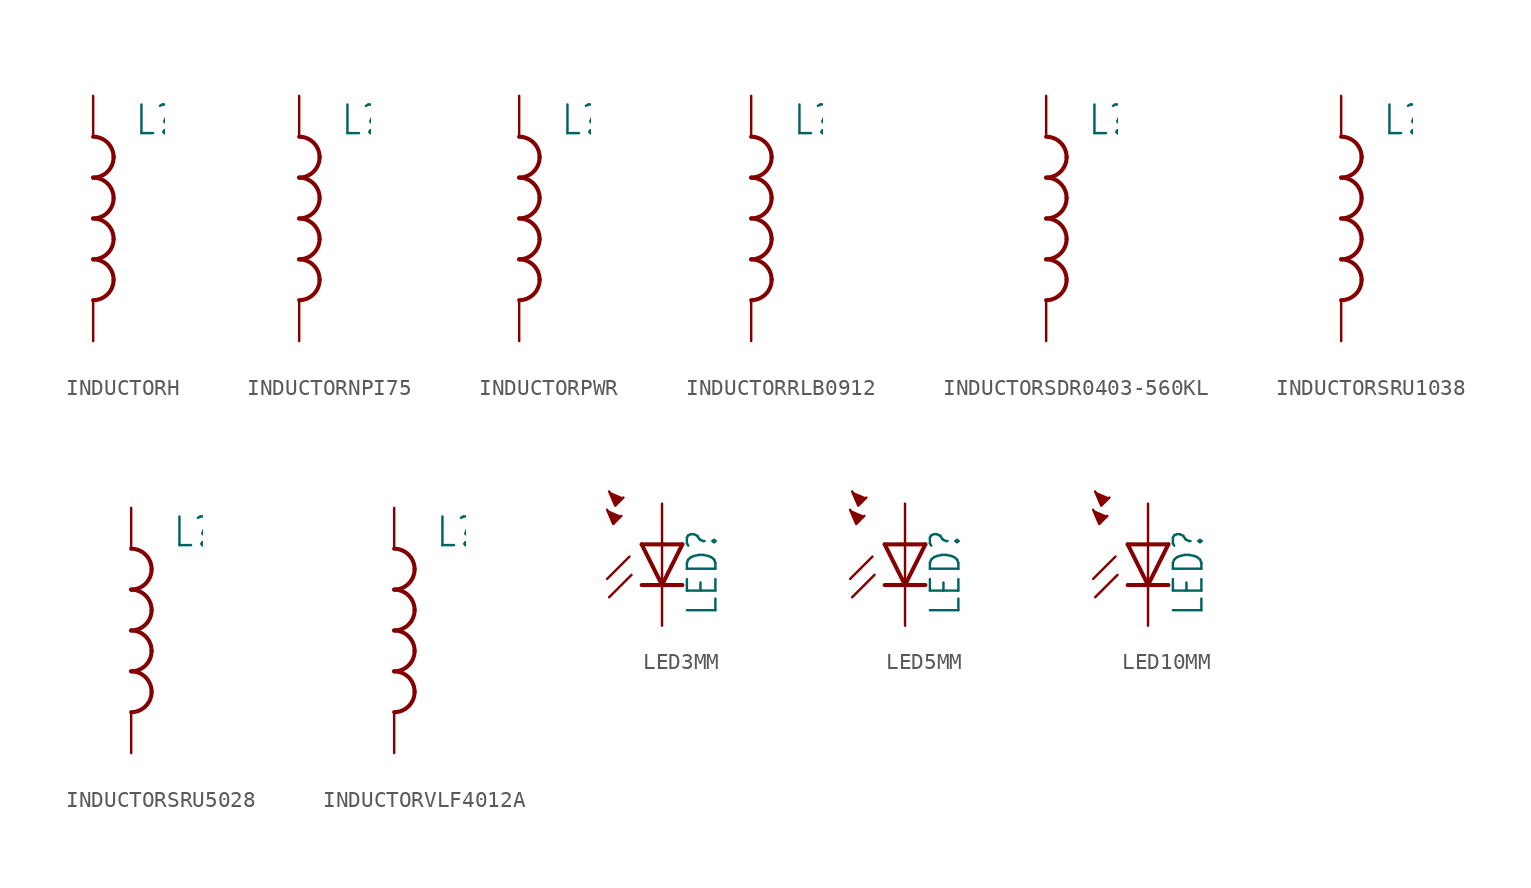
<source format=kicad_sym>
(kicad_symbol_lib
  (version 20241209)
  (generator "kicad_symbol_editor")
  (generator_version "9.0")
  (symbol "INDUCTORH"
    (property "Reference" "L"
      (at 2.54 5.08 0)
      (effects (font (size 1.778 1.511)) (justify left bottom)))
    (property "Value" ""
      (at 2.54 -5.08 0)
      (effects (font (size 1.778 1.511)) (justify left bottom)))
    (property "ki_locked" ""
      (at 0 0 0)
      (effects (font (size 1.27 1.27))))
    (symbol "INDUCTORH_1_0"
      (arc (start 0 5.08) (mid 0.898 4.708) (end 1.27 3.81) (stroke (width 0.254) (type solid)) (fill (type none)))
      (arc (start 1.27 3.81) (mid 0.898 2.912) (end 0 2.54) (stroke (width 0.254) (type solid)) (fill (type none)))
      (arc (start 1.27 1.27) (mid 0.898 0.372) (end 0 0) (stroke (width 0.254) (type solid)) (fill (type none)))
      (arc (start 0 2.54) (mid 0.8981 2.168) (end 1.2701 1.2699) (stroke (width 0.254) (type solid)) (fill (type none)))
      (arc (start 1.2701 -1.2699) (mid 0.8981 -2.168) (end 0 -2.54) (stroke (width 0.254) (type solid)) (fill (type none)))
      (arc (start 0 0) (mid 0.898 -0.372) (end 1.27 -1.27) (stroke (width 0.254) (type solid)) (fill (type none)))
      (arc (start 0 -2.54) (mid 0.898 -2.912) (end 1.27 -3.81) (stroke (width 0.254) (type solid)) (fill (type none)))
      (arc (start 1.27 -3.81) (mid 0.898 -4.708) (end 0 -5.08) (stroke (width 0.254) (type solid)) (fill (type none)))
      (pin passive line (at 0 7.62 270) (length 2.54) (name "1" (effects (font (size 0 0)))) (number "P$1" (effects (font (size 0 0)))))
      (pin passive line (at 0 -7.62 90) (length 2.54) (name "2" (effects (font (size 0 0)))) (number "P$2" (effects (font (size 0 0)))))))
  (symbol "INDUCTORNPI75"
    (property "Reference" "L"
      (at 2.54 5.08 0)
      (effects (font (size 1.778 1.511)) (justify left bottom)))
    (property "Value" ""
      (at 2.54 -5.08 0)
      (effects (font (size 1.778 1.511)) (justify left bottom)))
    (property "ki_locked" ""
      (at 0 0 0)
      (effects (font (size 1.27 1.27))))
    (symbol "INDUCTORNPI75_1_0"
      (arc (start 0 5.08) (mid 0.898 4.708) (end 1.27 3.81) (stroke (width 0.254) (type solid)) (fill (type none)))
      (arc (start 1.27 3.81) (mid 0.898 2.912) (end 0 2.54) (stroke (width 0.254) (type solid)) (fill (type none)))
      (arc (start 1.27 1.27) (mid 0.898 0.372) (end 0 0) (stroke (width 0.254) (type solid)) (fill (type none)))
      (arc (start 0 2.54) (mid 0.8981 2.168) (end 1.2701 1.2699) (stroke (width 0.254) (type solid)) (fill (type none)))
      (arc (start 1.2701 -1.2699) (mid 0.8981 -2.168) (end 0 -2.54) (stroke (width 0.254) (type solid)) (fill (type none)))
      (arc (start 0 0) (mid 0.898 -0.372) (end 1.27 -1.27) (stroke (width 0.254) (type solid)) (fill (type none)))
      (arc (start 0 -2.54) (mid 0.898 -2.912) (end 1.27 -3.81) (stroke (width 0.254) (type solid)) (fill (type none)))
      (arc (start 1.27 -3.81) (mid 0.898 -4.708) (end 0 -5.08) (stroke (width 0.254) (type solid)) (fill (type none)))
      (pin passive line (at 0 7.62 270) (length 2.54) (name "1" (effects (font (size 0 0)))) (number "1" (effects (font (size 0 0)))))
      (pin passive line (at 0 -7.62 90) (length 2.54) (name "2" (effects (font (size 0 0)))) (number "2" (effects (font (size 0 0)))))))
  (symbol "INDUCTORPWR"
    (property "Reference" "L"
      (at 2.54 5.08 0)
      (effects (font (size 1.778 1.511)) (justify left bottom)))
    (property "Value" ""
      (at 2.54 -5.08 0)
      (effects (font (size 1.778 1.511)) (justify left bottom)))
    (property "ki_locked" ""
      (at 0 0 0)
      (effects (font (size 1.27 1.27))))
    (symbol "INDUCTORPWR_1_0"
      (arc (start 0 5.08) (mid 0.898 4.708) (end 1.27 3.81) (stroke (width 0.254) (type solid)) (fill (type none)))
      (arc (start 1.27 3.81) (mid 0.898 2.912) (end 0 2.54) (stroke (width 0.254) (type solid)) (fill (type none)))
      (arc (start 1.27 1.27) (mid 0.898 0.372) (end 0 0) (stroke (width 0.254) (type solid)) (fill (type none)))
      (arc (start 0 2.54) (mid 0.8981 2.168) (end 1.2701 1.2699) (stroke (width 0.254) (type solid)) (fill (type none)))
      (arc (start 1.2701 -1.2699) (mid 0.8981 -2.168) (end 0 -2.54) (stroke (width 0.254) (type solid)) (fill (type none)))
      (arc (start 0 0) (mid 0.898 -0.372) (end 1.27 -1.27) (stroke (width 0.254) (type solid)) (fill (type none)))
      (arc (start 0 -2.54) (mid 0.898 -2.912) (end 1.27 -3.81) (stroke (width 0.254) (type solid)) (fill (type none)))
      (arc (start 1.27 -3.81) (mid 0.898 -4.708) (end 0 -5.08) (stroke (width 0.254) (type solid)) (fill (type none)))
      (pin passive line (at 0 7.62 270) (length 2.54) (name "1" (effects (font (size 0 0)))) (number "1" (effects (font (size 0 0)))))
      (pin passive line (at 0 -7.62 90) (length 2.54) (name "2" (effects (font (size 0 0)))) (number "2" (effects (font (size 0 0)))))))
  (symbol "INDUCTORRLB0912"
    (property "Reference" "L"
      (at 2.54 5.08 0)
      (effects (font (size 1.778 1.511)) (justify left bottom)))
    (property "Value" ""
      (at 2.54 -5.08 0)
      (effects (font (size 1.778 1.511)) (justify left bottom)))
    (property "ki_locked" ""
      (at 0 0 0)
      (effects (font (size 1.27 1.27))))
    (symbol "INDUCTORRLB0912_1_0"
      (arc (start 0 5.08) (mid 0.898 4.708) (end 1.27 3.81) (stroke (width 0.254) (type solid)) (fill (type none)))
      (arc (start 1.27 3.81) (mid 0.898 2.912) (end 0 2.54) (stroke (width 0.254) (type solid)) (fill (type none)))
      (arc (start 1.27 1.27) (mid 0.898 0.372) (end 0 0) (stroke (width 0.254) (type solid)) (fill (type none)))
      (arc (start 0 2.54) (mid 0.8981 2.168) (end 1.2701 1.2699) (stroke (width 0.254) (type solid)) (fill (type none)))
      (arc (start 1.2701 -1.2699) (mid 0.8981 -2.168) (end 0 -2.54) (stroke (width 0.254) (type solid)) (fill (type none)))
      (arc (start 0 0) (mid 0.898 -0.372) (end 1.27 -1.27) (stroke (width 0.254) (type solid)) (fill (type none)))
      (arc (start 0 -2.54) (mid 0.898 -2.912) (end 1.27 -3.81) (stroke (width 0.254) (type solid)) (fill (type none)))
      (arc (start 1.27 -3.81) (mid 0.898 -4.708) (end 0 -5.08) (stroke (width 0.254) (type solid)) (fill (type none)))
      (pin passive line (at 0 7.62 270) (length 2.54) (name "1" (effects (font (size 0 0)))) (number "1" (effects (font (size 0 0)))))
      (pin passive line (at 0 -7.62 90) (length 2.54) (name "2" (effects (font (size 0 0)))) (number "2" (effects (font (size 0 0)))))))
  (symbol "INDUCTORSDR0403-560KL"
    (property "Reference" "L"
      (at 2.54 5.08 0)
      (effects (font (size 1.778 1.511)) (justify left bottom)))
    (property "Value" ""
      (at 2.54 -5.08 0)
      (effects (font (size 1.778 1.511)) (justify left bottom)))
    (property "ki_locked" ""
      (at 0 0 0)
      (effects (font (size 1.27 1.27))))
    (symbol "INDUCTORSDR0403-560KL_1_0"
      (arc (start 0 5.08) (mid 0.898 4.708) (end 1.27 3.81) (stroke (width 0.254) (type solid)) (fill (type none)))
      (arc (start 1.27 3.81) (mid 0.898 2.912) (end 0 2.54) (stroke (width 0.254) (type solid)) (fill (type none)))
      (arc (start 1.27 1.27) (mid 0.898 0.372) (end 0 0) (stroke (width 0.254) (type solid)) (fill (type none)))
      (arc (start 0 2.54) (mid 0.8981 2.168) (end 1.2701 1.2699) (stroke (width 0.254) (type solid)) (fill (type none)))
      (arc (start 1.2701 -1.2699) (mid 0.8981 -2.168) (end 0 -2.54) (stroke (width 0.254) (type solid)) (fill (type none)))
      (arc (start 0 0) (mid 0.898 -0.372) (end 1.27 -1.27) (stroke (width 0.254) (type solid)) (fill (type none)))
      (arc (start 0 -2.54) (mid 0.898 -2.912) (end 1.27 -3.81) (stroke (width 0.254) (type solid)) (fill (type none)))
      (arc (start 1.27 -3.81) (mid 0.898 -4.708) (end 0 -5.08) (stroke (width 0.254) (type solid)) (fill (type none)))
      (pin passive line (at 0 7.62 270) (length 2.54) (name "1" (effects (font (size 0 0)))) (number "P$1" (effects (font (size 0 0)))))
      (pin passive line (at 0 -7.62 90) (length 2.54) (name "2" (effects (font (size 0 0)))) (number "P$2" (effects (font (size 0 0)))))))
  (symbol "INDUCTORSRU1038"
    (property "Reference" "L"
      (at 2.54 5.08 0)
      (effects (font (size 1.778 1.511)) (justify left bottom)))
    (property "Value" ""
      (at 2.54 -5.08 0)
      (effects (font (size 1.778 1.511)) (justify left bottom)))
    (property "ki_locked" ""
      (at 0 0 0)
      (effects (font (size 1.27 1.27))))
    (symbol "INDUCTORSRU1038_1_0"
      (arc (start 0 5.08) (mid 0.898 4.708) (end 1.27 3.81) (stroke (width 0.254) (type solid)) (fill (type none)))
      (arc (start 1.27 3.81) (mid 0.898 2.912) (end 0 2.54) (stroke (width 0.254) (type solid)) (fill (type none)))
      (arc (start 1.27 1.27) (mid 0.898 0.372) (end 0 0) (stroke (width 0.254) (type solid)) (fill (type none)))
      (arc (start 0 2.54) (mid 0.8981 2.168) (end 1.2701 1.2699) (stroke (width 0.254) (type solid)) (fill (type none)))
      (arc (start 1.2701 -1.2699) (mid 0.8981 -2.168) (end 0 -2.54) (stroke (width 0.254) (type solid)) (fill (type none)))
      (arc (start 0 0) (mid 0.898 -0.372) (end 1.27 -1.27) (stroke (width 0.254) (type solid)) (fill (type none)))
      (arc (start 0 -2.54) (mid 0.898 -2.912) (end 1.27 -3.81) (stroke (width 0.254) (type solid)) (fill (type none)))
      (arc (start 1.27 -3.81) (mid 0.898 -4.708) (end 0 -5.08) (stroke (width 0.254) (type solid)) (fill (type none)))
      (pin passive line (at 0 7.62 270) (length 2.54) (name "1" (effects (font (size 0 0)))) (number "1" (effects (font (size 0 0)))))
      (pin passive line (at 0 -7.62 90) (length 2.54) (name "2" (effects (font (size 0 0)))) (number "2" (effects (font (size 0 0)))))))
  (symbol "INDUCTORSRU5028"
    (property "Reference" "L"
      (at 2.54 5.08 0)
      (effects (font (size 1.778 1.511)) (justify left bottom)))
    (property "Value" ""
      (at 2.54 -5.08 0)
      (effects (font (size 1.778 1.511)) (justify left bottom)))
    (property "ki_locked" ""
      (at 0 0 0)
      (effects (font (size 1.27 1.27))))
    (symbol "INDUCTORSRU5028_1_0"
      (arc (start 0 5.08) (mid 0.898 4.708) (end 1.27 3.81) (stroke (width 0.254) (type solid)) (fill (type none)))
      (arc (start 1.27 3.81) (mid 0.898 2.912) (end 0 2.54) (stroke (width 0.254) (type solid)) (fill (type none)))
      (arc (start 1.27 1.27) (mid 0.898 0.372) (end 0 0) (stroke (width 0.254) (type solid)) (fill (type none)))
      (arc (start 0 2.54) (mid 0.8981 2.168) (end 1.2701 1.2699) (stroke (width 0.254) (type solid)) (fill (type none)))
      (arc (start 1.2701 -1.2699) (mid 0.8981 -2.168) (end 0 -2.54) (stroke (width 0.254) (type solid)) (fill (type none)))
      (arc (start 0 0) (mid 0.898 -0.372) (end 1.27 -1.27) (stroke (width 0.254) (type solid)) (fill (type none)))
      (arc (start 0 -2.54) (mid 0.898 -2.912) (end 1.27 -3.81) (stroke (width 0.254) (type solid)) (fill (type none)))
      (arc (start 1.27 -3.81) (mid 0.898 -4.708) (end 0 -5.08) (stroke (width 0.254) (type solid)) (fill (type none)))
      (pin passive line (at 0 7.62 270) (length 2.54) (name "1" (effects (font (size 0 0)))) (number "1" (effects (font (size 0 0)))))
      (pin passive line (at 0 -7.62 90) (length 2.54) (name "2" (effects (font (size 0 0)))) (number "2" (effects (font (size 0 0)))))))
  (symbol "INDUCTORVLF4012A"
    (property "Reference" "L"
      (at 2.54 5.08 0)
      (effects (font (size 1.778 1.511)) (justify left bottom)))
    (property "Value" ""
      (at 2.54 -5.08 0)
      (effects (font (size 1.778 1.511)) (justify left bottom)))
    (property "ki_locked" ""
      (at 0 0 0)
      (effects (font (size 1.27 1.27))))
    (symbol "INDUCTORVLF4012A_1_0"
      (arc (start 0 5.08) (mid 0.898 4.708) (end 1.27 3.81) (stroke (width 0.254) (type solid)) (fill (type none)))
      (arc (start 1.27 3.81) (mid 0.898 2.912) (end 0 2.54) (stroke (width 0.254) (type solid)) (fill (type none)))
      (arc (start 1.27 1.27) (mid 0.898 0.372) (end 0 0) (stroke (width 0.254) (type solid)) (fill (type none)))
      (arc (start 0 2.54) (mid 0.8981 2.168) (end 1.2701 1.2699) (stroke (width 0.254) (type solid)) (fill (type none)))
      (arc (start 1.2701 -1.2699) (mid 0.8981 -2.168) (end 0 -2.54) (stroke (width 0.254) (type solid)) (fill (type none)))
      (arc (start 0 0) (mid 0.898 -0.372) (end 1.27 -1.27) (stroke (width 0.254) (type solid)) (fill (type none)))
      (arc (start 0 -2.54) (mid 0.898 -2.912) (end 1.27 -3.81) (stroke (width 0.254) (type solid)) (fill (type none)))
      (arc (start 1.27 -3.81) (mid 0.898 -4.708) (end 0 -5.08) (stroke (width 0.254) (type solid)) (fill (type none)))
      (pin passive line (at 0 7.62 270) (length 2.54) (name "1" (effects (font (size 0 0)))) (number "P$1" (effects (font (size 0 0)))))
      (pin passive line (at 0 -7.62 90) (length 2.54) (name "2" (effects (font (size 0 0)))) (number "P$2" (effects (font (size 0 0)))))))
  (symbol "LED3MM"
    (property "Reference" "LED"
      (at 3.556 -4.572 90)
      (effects (font (size 1.778 1.511)) (justify left bottom)))
    (property "Value" ""
      (at 5.715 -4.572 90)
      (effects (font (size 1.778 1.511)) (justify left bottom)))
    (property "ki_locked" ""
      (at 0 0 0)
      (effects (font (size 1.27 1.27))))
    (symbol "LED3MM_1_0"
      (polyline (pts (xy -3.429 2.159) (xy -3.048 1.27) (xy -2.54 1.778)) (stroke (width 0.152) (type solid)) (fill (type outline)))
      (polyline (pts (xy -3.302 3.302) (xy -2.921 2.413) (xy -2.413 2.921)) (stroke (width 0.152) (type solid)) (fill (type outline)))
      (polyline (pts (xy -2.032 -0.762) (xy -3.429 -2.159)) (stroke (width 0.152) (type solid)) (fill (type none)))
      (polyline (pts (xy -1.905 -1.905) (xy -3.302 -3.302)) (stroke (width 0.152) (type solid)) (fill (type none)))
      (polyline (pts (xy 0 0) (xy -1.27 0)) (stroke (width 0.254) (type solid)) (fill (type none)))
      (polyline (pts (xy 0 0) (xy 0 -2.54)) (stroke (width 0.152) (type solid)) (fill (type none)))
      (polyline (pts (xy 0 -2.54) (xy -1.27 0)) (stroke (width 0.254) (type solid)) (fill (type none)))
      (polyline (pts (xy 0 -2.54) (xy -1.27 -2.54)) (stroke (width 0.254) (type solid)) (fill (type none)))
      (polyline (pts (xy 1.27 0) (xy 0 0)) (stroke (width 0.254) (type solid)) (fill (type none)))
      (polyline (pts (xy 1.27 0) (xy 0 -2.54)) (stroke (width 0.254) (type solid)) (fill (type none)))
      (polyline (pts (xy 1.27 -2.54) (xy 0 -2.54)) (stroke (width 0.254) (type solid)) (fill (type none)))
      (pin passive line (at 0 2.54 270) (length 2.54) (name "A" (effects (font (size 0 0)))) (number "A" (effects (font (size 0 0)))))
      (pin passive line (at 0 -5.08 90) (length 2.54) (name "C" (effects (font (size 0 0)))) (number "K" (effects (font (size 0 0)))))))
  (symbol "LED5MM"
    (property "Reference" "LED"
      (at 3.556 -4.572 90)
      (effects (font (size 1.778 1.511)) (justify left bottom)))
    (property "Value" ""
      (at 5.715 -4.572 90)
      (effects (font (size 1.778 1.511)) (justify left bottom)))
    (property "ki_locked" ""
      (at 0 0 0)
      (effects (font (size 1.27 1.27))))
    (symbol "LED5MM_1_0"
      (polyline (pts (xy -3.429 2.159) (xy -3.048 1.27) (xy -2.54 1.778)) (stroke (width 0.152) (type solid)) (fill (type outline)))
      (polyline (pts (xy -3.302 3.302) (xy -2.921 2.413) (xy -2.413 2.921)) (stroke (width 0.152) (type solid)) (fill (type outline)))
      (polyline (pts (xy -2.032 -0.762) (xy -3.429 -2.159)) (stroke (width 0.152) (type solid)) (fill (type none)))
      (polyline (pts (xy -1.905 -1.905) (xy -3.302 -3.302)) (stroke (width 0.152) (type solid)) (fill (type none)))
      (polyline (pts (xy 0 0) (xy -1.27 0)) (stroke (width 0.254) (type solid)) (fill (type none)))
      (polyline (pts (xy 0 0) (xy 0 -2.54)) (stroke (width 0.152) (type solid)) (fill (type none)))
      (polyline (pts (xy 0 -2.54) (xy -1.27 0)) (stroke (width 0.254) (type solid)) (fill (type none)))
      (polyline (pts (xy 0 -2.54) (xy -1.27 -2.54)) (stroke (width 0.254) (type solid)) (fill (type none)))
      (polyline (pts (xy 1.27 0) (xy 0 0)) (stroke (width 0.254) (type solid)) (fill (type none)))
      (polyline (pts (xy 1.27 0) (xy 0 -2.54)) (stroke (width 0.254) (type solid)) (fill (type none)))
      (polyline (pts (xy 1.27 -2.54) (xy 0 -2.54)) (stroke (width 0.254) (type solid)) (fill (type none)))
      (pin passive line (at 0 2.54 270) (length 2.54) (name "A" (effects (font (size 0 0)))) (number "A" (effects (font (size 0 0)))))
      (pin passive line (at 0 -5.08 90) (length 2.54) (name "C" (effects (font (size 0 0)))) (number "K" (effects (font (size 0 0)))))))
  (symbol "LED10MM"
    (property "Reference" "LED"
      (at 3.556 -4.572 90)
      (effects (font (size 1.778 1.511)) (justify left bottom)))
    (property "Value" ""
      (at 5.715 -4.572 90)
      (effects (font (size 1.778 1.511)) (justify left bottom)))
    (property "ki_locked" ""
      (at 0 0 0)
      (effects (font (size 1.27 1.27))))
    (symbol "LED10MM_1_0"
      (polyline (pts (xy -3.429 2.159) (xy -3.048 1.27) (xy -2.54 1.778)) (stroke (width 0.152) (type solid)) (fill (type outline)))
      (polyline (pts (xy -3.302 3.302) (xy -2.921 2.413) (xy -2.413 2.921)) (stroke (width 0.152) (type solid)) (fill (type outline)))
      (polyline (pts (xy -2.032 -0.762) (xy -3.429 -2.159)) (stroke (width 0.152) (type solid)) (fill (type none)))
      (polyline (pts (xy -1.905 -1.905) (xy -3.302 -3.302)) (stroke (width 0.152) (type solid)) (fill (type none)))
      (polyline (pts (xy 0 0) (xy -1.27 0)) (stroke (width 0.254) (type solid)) (fill (type none)))
      (polyline (pts (xy 0 0) (xy 0 -2.54)) (stroke (width 0.152) (type solid)) (fill (type none)))
      (polyline (pts (xy 0 -2.54) (xy -1.27 0)) (stroke (width 0.254) (type solid)) (fill (type none)))
      (polyline (pts (xy 0 -2.54) (xy -1.27 -2.54)) (stroke (width 0.254) (type solid)) (fill (type none)))
      (polyline (pts (xy 1.27 0) (xy 0 0)) (stroke (width 0.254) (type solid)) (fill (type none)))
      (polyline (pts (xy 1.27 0) (xy 0 -2.54)) (stroke (width 0.254) (type solid)) (fill (type none)))
      (polyline (pts (xy 1.27 -2.54) (xy 0 -2.54)) (stroke (width 0.254) (type solid)) (fill (type none)))
      (pin passive line (at 0 2.54 270) (length 2.54) (name "A" (effects (font (size 0 0)))) (number "A" (effects (font (size 0 0)))))
      (pin passive line (at 0 -5.08 90) (length 2.54) (name "C" (effects (font (size 0 0)))) (number "K" (effects (font (size 0 0))))))))
</source>
